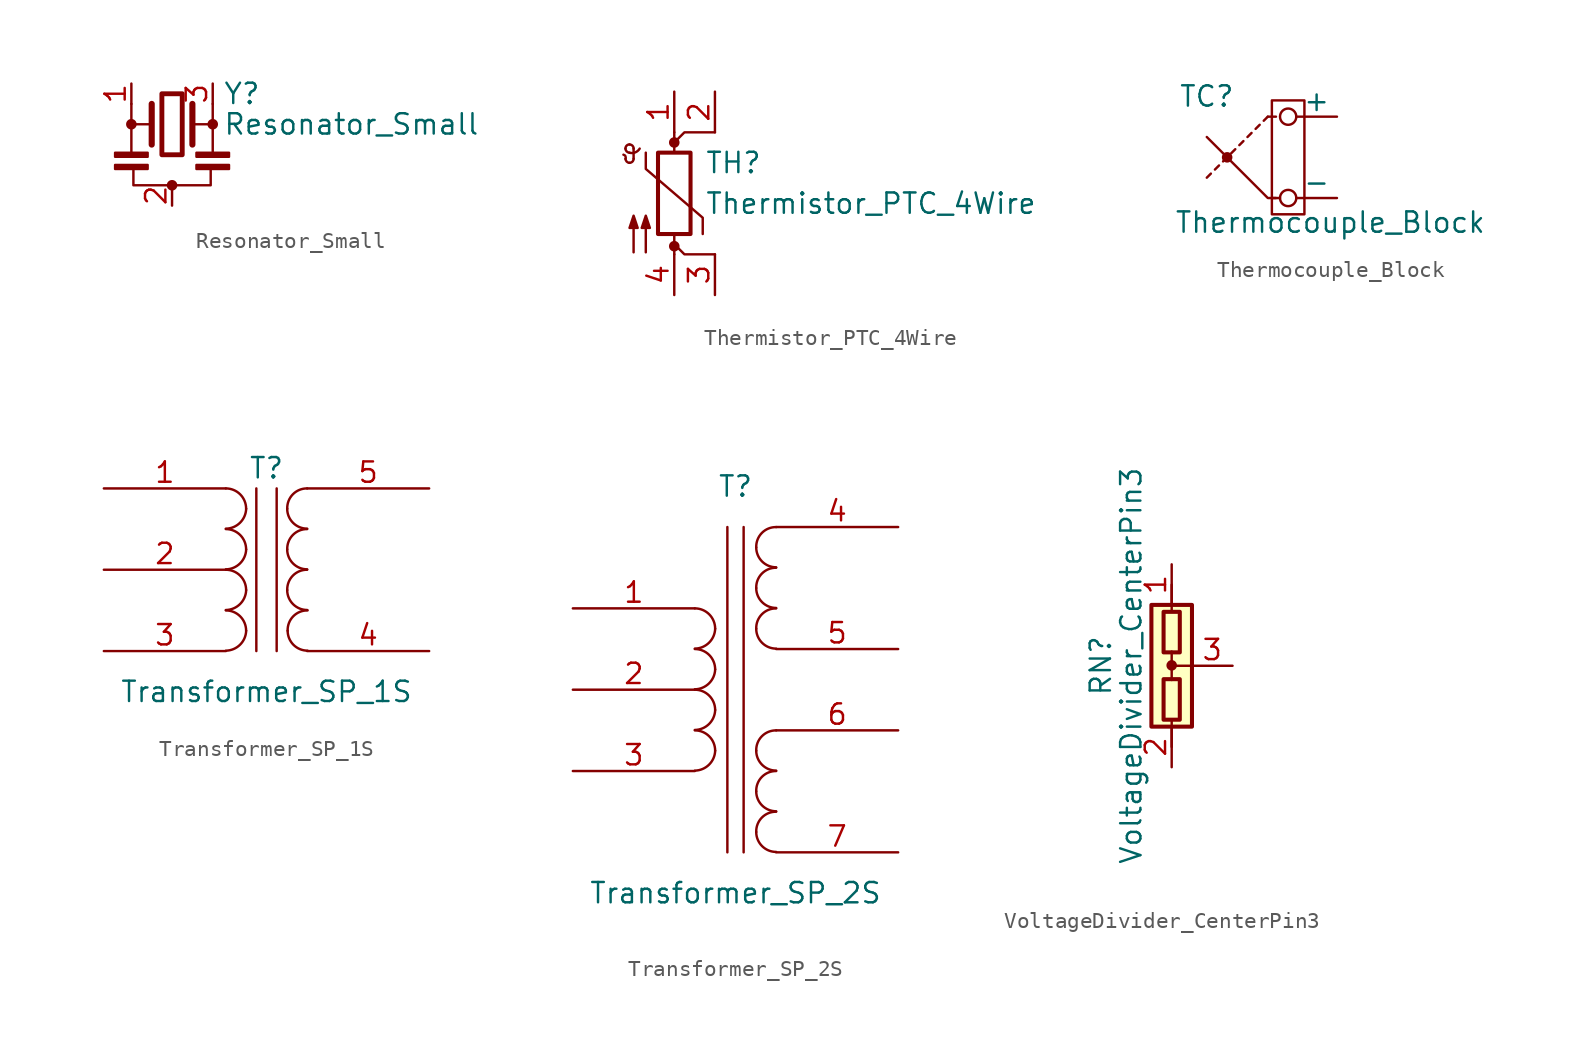
<source format=kicad_sym>
(kicad_symbol_lib
  (version 20220914)
  (generator kicad_symbol_editor)
  (symbol "Resonator_Small"
    (pin_names
      (offset 1.016) hide)
    (property "Reference" "Y"
      (at 3.175 1.905 0)
      (effects (font (size 1.27 1.27)) (justify left)))
    (property "Value" "Resonator_Small"
      (at 3.175 0 0)
      (effects (font (size 1.27 1.27)) (justify left)))
    (symbol "Resonator_Small_0_1"
      (rectangle (start -3.556 -2.54) (end -1.524 -2.794) (stroke (width 0) (type default)) (fill (type outline)))
      (rectangle (start -3.556 -1.778) (end -1.524 -2.032) (stroke (width 0) (type default)) (fill (type outline)))
      (circle (center -2.54 0) (radius 0.254) (stroke (width 0) (type default)) (fill (type outline)))
      (rectangle (start -0.635 1.905) (end 0.635 -1.905) (stroke (width 0.305) (type default)) (fill (type none)))
      (circle (center 0 -3.81) (radius 0.254) (stroke (width 0) (type default)) (fill (type outline)))
      (polyline (pts (xy -2.54 -1.778) (xy -2.54 0)) (stroke (width 0) (type default)) (fill (type none)))
      (polyline (pts (xy -2.54 0) (xy -1.397 0)) (stroke (width 0) (type default)) (fill (type none)))
      (polyline (pts (xy -2.54 1.27) (xy -2.54 0)) (stroke (width 0) (type default)) (fill (type none)))
      (polyline (pts (xy -1.27 -1.27) (xy -1.27 1.27)) (stroke (width 0.381) (type default)) (fill (type none)))
      (polyline (pts (xy 1.27 -1.27) (xy 1.27 1.27)) (stroke (width 0.381) (type default)) (fill (type none)))
      (polyline (pts (xy 1.27 0) (xy 2.54 0)) (stroke (width 0) (type default)) (fill (type none)))
      (polyline (pts (xy 2.54 0) (xy 2.54 -1.778)) (stroke (width 0) (type default)) (fill (type none)))
      (polyline (pts (xy 2.54 1.27) (xy 2.54 0)) (stroke (width 0) (type default)) (fill (type none)))
      (polyline (pts (xy 2.413 -2.794) (xy 2.413 -3.81) (xy -2.413 -3.81) (xy -2.413 -2.667)) (stroke (width 0) (type default)) (fill (type none)))
      (rectangle (start 1.524 -2.54) (end 3.556 -2.794) (stroke (width 0) (type default)) (fill (type outline)))
      (rectangle (start 1.524 -1.778) (end 3.556 -2.032) (stroke (width 0) (type default)) (fill (type outline)))
      (circle (center 2.54 0) (radius 0.254) (stroke (width 0) (type default)) (fill (type outline))))
    (symbol "Resonator_Small_1_1"
      (pin passive line (at -2.54 2.54 270) (length 1.27) (name "1" (effects (font (size 1.27 1.27)))) (number "1" (effects (font (size 1.27 1.27)))))
      (pin passive line (at 0 -5.08 90) (length 1.27) (name "2" (effects (font (size 1.27 1.27)))) (number "2" (effects (font (size 1.27 1.27)))))
      (pin passive line (at 2.54 2.54 270) (length 1.27) (name "3" (effects (font (size 1.27 1.27)))) (number "3" (effects (font (size 1.27 1.27)))))))
  (symbol "Thermistor_PTC_4Wire"
    (pin_names
      (offset 0))
    (property "Reference" "TH"
      (at 1.905 1.905 0)
      (effects (font (size 1.27 1.27)) (justify left)))
    (property "Value" "Thermistor_PTC_4Wire"
      (at 1.905 -0.635 0)
      (effects (font (size 1.27 1.27)) (justify left)))
    (symbol "Thermistor_PTC_4Wire_0_1"
      (arc (start -3.048 2.159) (mid -3.0495 2.3143) (end -3.175 2.413) (stroke (width 0) (type default)) (fill (type none)))
      (arc (start -3.048 2.159) (mid -2.9736 1.9794) (end -2.794 1.905) (stroke (width 0) (type default)) (fill (type none)))
      (arc (start -3.048 2.794) (mid -2.9736 2.6144) (end -2.794 2.54) (stroke (width 0) (type default)) (fill (type none)))
      (arc (start -2.794 1.905) (mid -2.6144 1.9794) (end -2.54 2.159) (stroke (width 0) (type default)) (fill (type none)))
      (arc (start -2.794 2.54) (mid -2.4393 2.5587) (end -2.159 2.794) (stroke (width 0) (type default)) (fill (type none)))
      (arc (start -2.794 3.048) (mid -2.9736 2.9736) (end -3.048 2.794) (stroke (width 0) (type default)) (fill (type none)))
      (arc (start -2.54 2.794) (mid -2.6144 2.9736) (end -2.794 3.048) (stroke (width 0) (type default)) (fill (type none)))
      (rectangle (start -1.016 2.54) (end 1.016 -2.54) (stroke (width 0.254) (type default)) (fill (type none)))
      (circle (center 0 -3.302) (radius 0.254) (stroke (width 0) (type default)) (fill (type outline)))
      (polyline (pts (xy -2.54 2.159) (xy -2.54 2.794)) (stroke (width 0) (type default)) (fill (type none)))
      (polyline (pts (xy 0 -3.81) (xy 0 -2.54)) (stroke (width 0) (type default)) (fill (type none)))
      (polyline (pts (xy 0 3.175) (xy 0 3.175)) (stroke (width 0) (type default)) (fill (type none)))
      (polyline (pts (xy 0 3.81) (xy 0 2.54)) (stroke (width 0) (type default)) (fill (type none)))
      (polyline (pts (xy 2.54 -3.81) (xy 0.635 -3.81) (xy 0 -3.175)) (stroke (width 0) (type default)) (fill (type none)))
      (polyline (pts (xy 2.54 3.81) (xy 0.635 3.81) (xy 0 3.175)) (stroke (width 0) (type default)) (fill (type none)))
      (polyline (pts (xy -1.778 2.54) (xy -1.778 1.524) (xy 1.778 -1.524) (xy 1.778 -2.54)) (stroke (width 0) (type default)) (fill (type none)))
      (polyline (pts (xy -2.54 -3.683) (xy -2.54 -1.397) (xy -2.794 -2.159) (xy -2.286 -2.159) (xy -2.54 -1.397) (xy -2.54 -1.651)) (stroke (width 0) (type default)) (fill (type outline)))
      (polyline (pts (xy -1.778 -3.683) (xy -1.778 -1.397) (xy -2.032 -2.159) (xy -1.524 -2.159) (xy -1.778 -1.397) (xy -1.778 -1.651)) (stroke (width 0) (type default)) (fill (type outline)))
      (circle (center 0 3.175) (radius 0.254) (stroke (width 0) (type default)) (fill (type outline))))
    (symbol "Thermistor_PTC_4Wire_1_1"
      (pin passive line (at 0 6.35 270) (length 2.54) (name "~" (effects (font (size 1.27 1.27)))) (number "1" (effects (font (size 1.27 1.27)))))
      (pin passive line (at 2.54 6.35 270) (length 2.54) (name "~" (effects (font (size 1.27 1.27)))) (number "2" (effects (font (size 1.27 1.27)))))
      (pin passive line (at 2.54 -6.35 90) (length 2.54) (name "~" (effects (font (size 1.27 1.27)))) (number "3" (effects (font (size 1.27 1.27)))))
      (pin passive line (at 0 -6.35 90) (length 2.54) (name "~" (effects (font (size 1.27 1.27)))) (number "4" (effects (font (size 1.27 1.27)))))))
  (symbol "Thermocouple_Block"
    (pin_numbers hide)
    (pin_names
      (offset 0))
    (property "Reference" "TC"
      (at -3.048 3.81 0)
      (effects (font (size 1.27 1.27))))
    (property "Value" "Thermocouple_Block"
      (at -5.08 -4.064 0)
      (effects (font (size 1.27 1.27)) (justify left)))
    (symbol "Thermocouple_Block_0_1"
      (circle (center -1.778 0) (radius 0.254) (stroke (width 0) (type default)) (fill (type outline)))
      (polyline (pts (xy -2.794 -1.016) (xy -3.048 -1.27)) (stroke (width 0) (type default)) (fill (type none)))
      (polyline (pts (xy -2.286 -0.508) (xy -2.54 -0.762)) (stroke (width 0) (type default)) (fill (type none)))
      (polyline (pts (xy -1.778 0) (xy -2.032 -0.254)) (stroke (width 0) (type default)) (fill (type none)))
      (polyline (pts (xy -1.27 0.508) (xy -1.524 0.254)) (stroke (width 0) (type default)) (fill (type none)))
      (polyline (pts (xy -0.762 1.016) (xy -1.016 0.762)) (stroke (width 0) (type default)) (fill (type none)))
      (polyline (pts (xy -0.254 1.524) (xy -0.508 1.27)) (stroke (width 0) (type default)) (fill (type none)))
      (polyline (pts (xy 0.254 2.032) (xy 0 1.778)) (stroke (width 0) (type default)) (fill (type none)))
      (polyline (pts (xy 0.762 2.54) (xy 0.508 2.286)) (stroke (width 0) (type default)) (fill (type none)))
      (polyline (pts (xy 1.27 -2.54) (xy 1.016 -2.54)) (stroke (width 0) (type default)) (fill (type none)))
      (polyline (pts (xy 1.27 2.54) (xy 0.762 2.54)) (stroke (width 0) (type default)) (fill (type none)))
      (polyline (pts (xy 1.524 -2.54) (xy 0.762 -2.54) (xy -3.048 1.27)) (stroke (width 0) (type default)) (fill (type none)))
      (rectangle (start 1.016 3.556) (end 3.048 -3.556) (stroke (width 0) (type default)) (fill (type none)))
      (circle (center 2.032 -2.54) (radius 0.508) (stroke (width 0) (type default)) (fill (type none)))
      (circle (center 2.032 2.54) (radius 0.508) (stroke (width 0) (type default)) (fill (type none))))
    (symbol "Thermocouple_Block_1_1"
      (pin passive line (at 5.08 2.54 180) (length 2.54) (name "+" (effects (font (size 1.27 1.27)))) (number "1" (effects (font (size 1.27 1.27)))))
      (pin passive line (at 5.08 -2.54 180) (length 2.54) (name "-" (effects (font (size 1.27 1.27)))) (number "2" (effects (font (size 1.27 1.27)))))))
  (symbol "Transformer_SP_1S"
    (pin_names
      (offset 1.016) hide)
    (property "Reference" "T"
      (at 0 6.35 0)
      (effects (font (size 1.27 1.27))))
    (property "Value" "Transformer_SP_1S"
      (at 0 -7.62 0)
      (effects (font (size 1.27 1.27))))
    (symbol "Transformer_SP_1S_0_1"
      (arc (start -2.54 -5.0546) (mid -1.6599 -4.6901) (end -1.27 -3.81) (stroke (width 0) (type default)) (fill (type none)))
      (arc (start -2.54 -2.5146) (mid -1.6599 -2.1501) (end -1.27 -1.27) (stroke (width 0) (type default)) (fill (type none)))
      (arc (start -2.54 0.0254) (mid -1.6599 0.3899) (end -1.27 1.27) (stroke (width 0) (type default)) (fill (type none)))
      (arc (start -2.54 2.5654) (mid -1.6599 2.9299) (end -1.27 3.81) (stroke (width 0) (type default)) (fill (type none)))
      (arc (start -1.27 -3.81) (mid -1.642 -2.912) (end -2.54 -2.54) (stroke (width 0) (type default)) (fill (type none)))
      (arc (start -1.27 -1.27) (mid -1.642 -0.372) (end -2.54 0) (stroke (width 0) (type default)) (fill (type none)))
      (arc (start -1.27 1.27) (mid -1.642 2.168) (end -2.54 2.54) (stroke (width 0) (type default)) (fill (type none)))
      (arc (start -1.27 3.81) (mid -1.642 4.708) (end -2.54 5.08) (stroke (width 0) (type default)) (fill (type none)))
      (polyline (pts (xy -0.635 5.08) (xy -0.635 -5.08)) (stroke (width 0) (type default)) (fill (type none)))
      (polyline (pts (xy 0.635 -5.08) (xy 0.635 5.08)) (stroke (width 0) (type default)) (fill (type none)))
      (arc (start 1.2954 -1.27) (mid 1.6599 -2.1501) (end 2.54 -2.5146) (stroke (width 0) (type default)) (fill (type none)))
      (arc (start 1.2954 1.27) (mid 1.6599 0.3899) (end 2.54 0.0254) (stroke (width 0) (type default)) (fill (type none)))
      (arc (start 1.2954 3.81) (mid 1.6599 2.9299) (end 2.54 2.5654) (stroke (width 0) (type default)) (fill (type none)))
      (arc (start 1.3208 -3.81) (mid 1.6853 -4.6901) (end 2.5654 -5.0546) (stroke (width 0) (type default)) (fill (type none)))
      (arc (start 2.54 0) (mid 1.642 -0.372) (end 1.2954 -1.27) (stroke (width 0) (type default)) (fill (type none)))
      (arc (start 2.54 2.54) (mid 1.642 2.168) (end 1.2954 1.27) (stroke (width 0) (type default)) (fill (type none)))
      (arc (start 2.54 5.08) (mid 1.642 4.708) (end 1.2954 3.81) (stroke (width 0) (type default)) (fill (type none)))
      (arc (start 2.5654 -2.54) (mid 1.6674 -2.912) (end 1.3208 -3.81) (stroke (width 0) (type default)) (fill (type none))))
    (symbol "Transformer_SP_1S_1_1"
      (pin passive line (at -10.16 5.08 0) (length 7.62) (name "PR1" (effects (font (size 1.27 1.27)))) (number "1" (effects (font (size 1.27 1.27)))))
      (pin passive line (at -10.16 0 0) (length 7.62) (name "PM" (effects (font (size 1.27 1.27)))) (number "2" (effects (font (size 1.27 1.27)))))
      (pin passive line (at -10.16 -5.08 0) (length 7.62) (name "PR2" (effects (font (size 1.27 1.27)))) (number "3" (effects (font (size 1.27 1.27)))))
      (pin passive line (at 10.16 -5.08 180) (length 7.62) (name "S1" (effects (font (size 1.27 1.27)))) (number "4" (effects (font (size 1.27 1.27)))))
      (pin passive line (at 10.16 5.08 180) (length 7.62) (name "S2" (effects (font (size 1.27 1.27)))) (number "5" (effects (font (size 1.27 1.27)))))))
  (symbol "Transformer_SP_2S"
    (pin_names
      (offset 1.016) hide)
    (property "Reference" "T"
      (at 0 12.7 0)
      (effects (font (size 1.27 1.27))))
    (property "Value" "Transformer_SP_2S"
      (at 0 -12.7 0)
      (effects (font (size 1.27 1.27))))
    (symbol "Transformer_SP_2S_0_1"
      (arc (start -2.54 -5.0546) (mid -1.6599 -4.6901) (end -1.27 -3.81) (stroke (width 0) (type default)) (fill (type none)))
      (arc (start -2.54 -2.5146) (mid -1.6599 -2.1501) (end -1.27 -1.27) (stroke (width 0) (type default)) (fill (type none)))
      (arc (start -2.54 0.0254) (mid -1.6599 0.3899) (end -1.27 1.27) (stroke (width 0) (type default)) (fill (type none)))
      (arc (start -2.54 2.5654) (mid -1.6599 2.9299) (end -1.27 3.81) (stroke (width 0) (type default)) (fill (type none)))
      (arc (start -1.27 -3.81) (mid -1.642 -2.912) (end -2.54 -2.54) (stroke (width 0) (type default)) (fill (type none)))
      (arc (start -1.27 -1.27) (mid -1.642 -0.372) (end -2.54 0) (stroke (width 0) (type default)) (fill (type none)))
      (arc (start -1.27 1.27) (mid -1.642 2.168) (end -2.54 2.54) (stroke (width 0) (type default)) (fill (type none)))
      (arc (start -1.27 3.81) (mid -1.642 4.708) (end -2.54 5.08) (stroke (width 0) (type default)) (fill (type none)))
      (polyline (pts (xy -0.508 -10.16) (xy -0.508 10.16)) (stroke (width 0) (type default)) (fill (type none)))
      (polyline (pts (xy 0.508 10.16) (xy 0.508 -10.16)) (stroke (width 0) (type default)) (fill (type none)))
      (arc (start 1.2954 -8.89) (mid 1.6599 -9.7701) (end 2.54 -10.1346) (stroke (width 0) (type default)) (fill (type none)))
      (arc (start 1.2954 -6.35) (mid 1.6599 -7.2301) (end 2.54 -7.5946) (stroke (width 0) (type default)) (fill (type none)))
      (arc (start 1.2954 -3.81) (mid 1.6599 -4.6901) (end 2.54 -5.0546) (stroke (width 0) (type default)) (fill (type none)))
      (arc (start 1.2954 3.81) (mid 1.6599 2.9299) (end 2.54 2.5654) (stroke (width 0) (type default)) (fill (type none)))
      (arc (start 1.2954 6.35) (mid 1.6599 5.4699) (end 2.54 5.1054) (stroke (width 0) (type default)) (fill (type none)))
      (arc (start 1.2954 8.89) (mid 1.6599 8.0099) (end 2.54 7.6454) (stroke (width 0) (type default)) (fill (type none)))
      (arc (start 2.54 -7.62) (mid 1.642 -7.992) (end 1.2954 -8.89) (stroke (width 0) (type default)) (fill (type none)))
      (arc (start 2.54 -5.08) (mid 1.642 -5.452) (end 1.2954 -6.35) (stroke (width 0) (type default)) (fill (type none)))
      (arc (start 2.54 -2.54) (mid 1.642 -2.912) (end 1.2954 -3.81) (stroke (width 0) (type default)) (fill (type none)))
      (arc (start 2.54 5.08) (mid 1.642 4.708) (end 1.2954 3.81) (stroke (width 0) (type default)) (fill (type none)))
      (arc (start 2.54 7.62) (mid 1.642 7.248) (end 1.2954 6.35) (stroke (width 0) (type default)) (fill (type none)))
      (arc (start 2.54 10.16) (mid 1.642 9.788) (end 1.2954 8.89) (stroke (width 0) (type default)) (fill (type none))))
    (symbol "Transformer_SP_2S_1_1"
      (pin passive line (at -10.16 5.08 0) (length 7.62) (name "IN+" (effects (font (size 1.27 1.27)))) (number "1" (effects (font (size 1.27 1.27)))))
      (pin passive line (at -10.16 0 0) (length 7.62) (name "PM" (effects (font (size 1.27 1.27)))) (number "2" (effects (font (size 1.27 1.27)))))
      (pin passive line (at -10.16 -5.08 0) (length 7.62) (name "IN-" (effects (font (size 1.27 1.27)))) (number "3" (effects (font (size 1.27 1.27)))))
      (pin passive line (at 10.16 10.16 180) (length 7.62) (name "OUT1A" (effects (font (size 1.27 1.27)))) (number "4" (effects (font (size 1.27 1.27)))))
      (pin passive line (at 10.16 2.54 180) (length 7.62) (name "OUT1B" (effects (font (size 1.27 1.27)))) (number "5" (effects (font (size 1.27 1.27)))))
      (pin passive line (at 10.16 -2.54 180) (length 7.62) (name "OUT2A" (effects (font (size 1.27 1.27)))) (number "6" (effects (font (size 1.27 1.27)))))
      (pin passive line (at 10.16 -10.16 180) (length 7.62) (name "OUT2B" (effects (font (size 1.27 1.27)))) (number "7" (effects (font (size 1.27 1.27)))))))
  (symbol "VoltageDivider_CenterPin3"
    (pin_names
      (offset 0) hide)
    (property "Reference" "RN"
      (at -4.445 0 90)
      (effects (font (size 1.27 1.27))))
    (property "Value" "VoltageDivider_CenterPin3"
      (at -2.54 0 90)
      (effects (font (size 1.27 1.27))))
    (symbol "VoltageDivider_CenterPin3_0_1"
      (rectangle (start -1.27 -3.81) (end 1.27 3.81) (stroke (width 0.254) (type default)) (fill (type background)))
      (rectangle (start -0.508 -3.378) (end 0.508 -0.838) (stroke (width 0.254) (type default)) (fill (type none)))
      (rectangle (start -0.508 3.378) (end 0.508 0.838) (stroke (width 0.254) (type default)) (fill (type none)))
      (polyline (pts (xy 0 -5.08) (xy 0 -3.429)) (stroke (width 0) (type default)) (fill (type none)))
      (polyline (pts (xy 0 0.889) (xy 0 -0.889)) (stroke (width 0) (type default)) (fill (type none)))
      (polyline (pts (xy 0 5.08) (xy 0 3.378)) (stroke (width 0) (type default)) (fill (type none)))
      (polyline (pts (xy 1.27 0) (xy 0 0)) (stroke (width 0) (type default)) (fill (type none)))
      (circle (center 0 0.025) (radius 0.254) (stroke (width 0) (type default)) (fill (type outline))))
    (symbol "VoltageDivider_CenterPin3_1_1"
      (pin passive line (at 0 6.35 270) (length 2.54) (name "~" (effects (font (size 1.27 1.27)))) (number "1" (effects (font (size 1.27 1.27)))))
      (pin passive line (at 0 -6.35 90) (length 2.54) (name "~" (effects (font (size 1.27 1.27)))) (number "2" (effects (font (size 1.27 1.27)))))
      (pin passive line (at 3.81 0 180) (length 2.54) (name "~" (effects (font (size 1.27 1.27)))) (number "3" (effects (font (size 1.27 1.27))))))))
</source>
